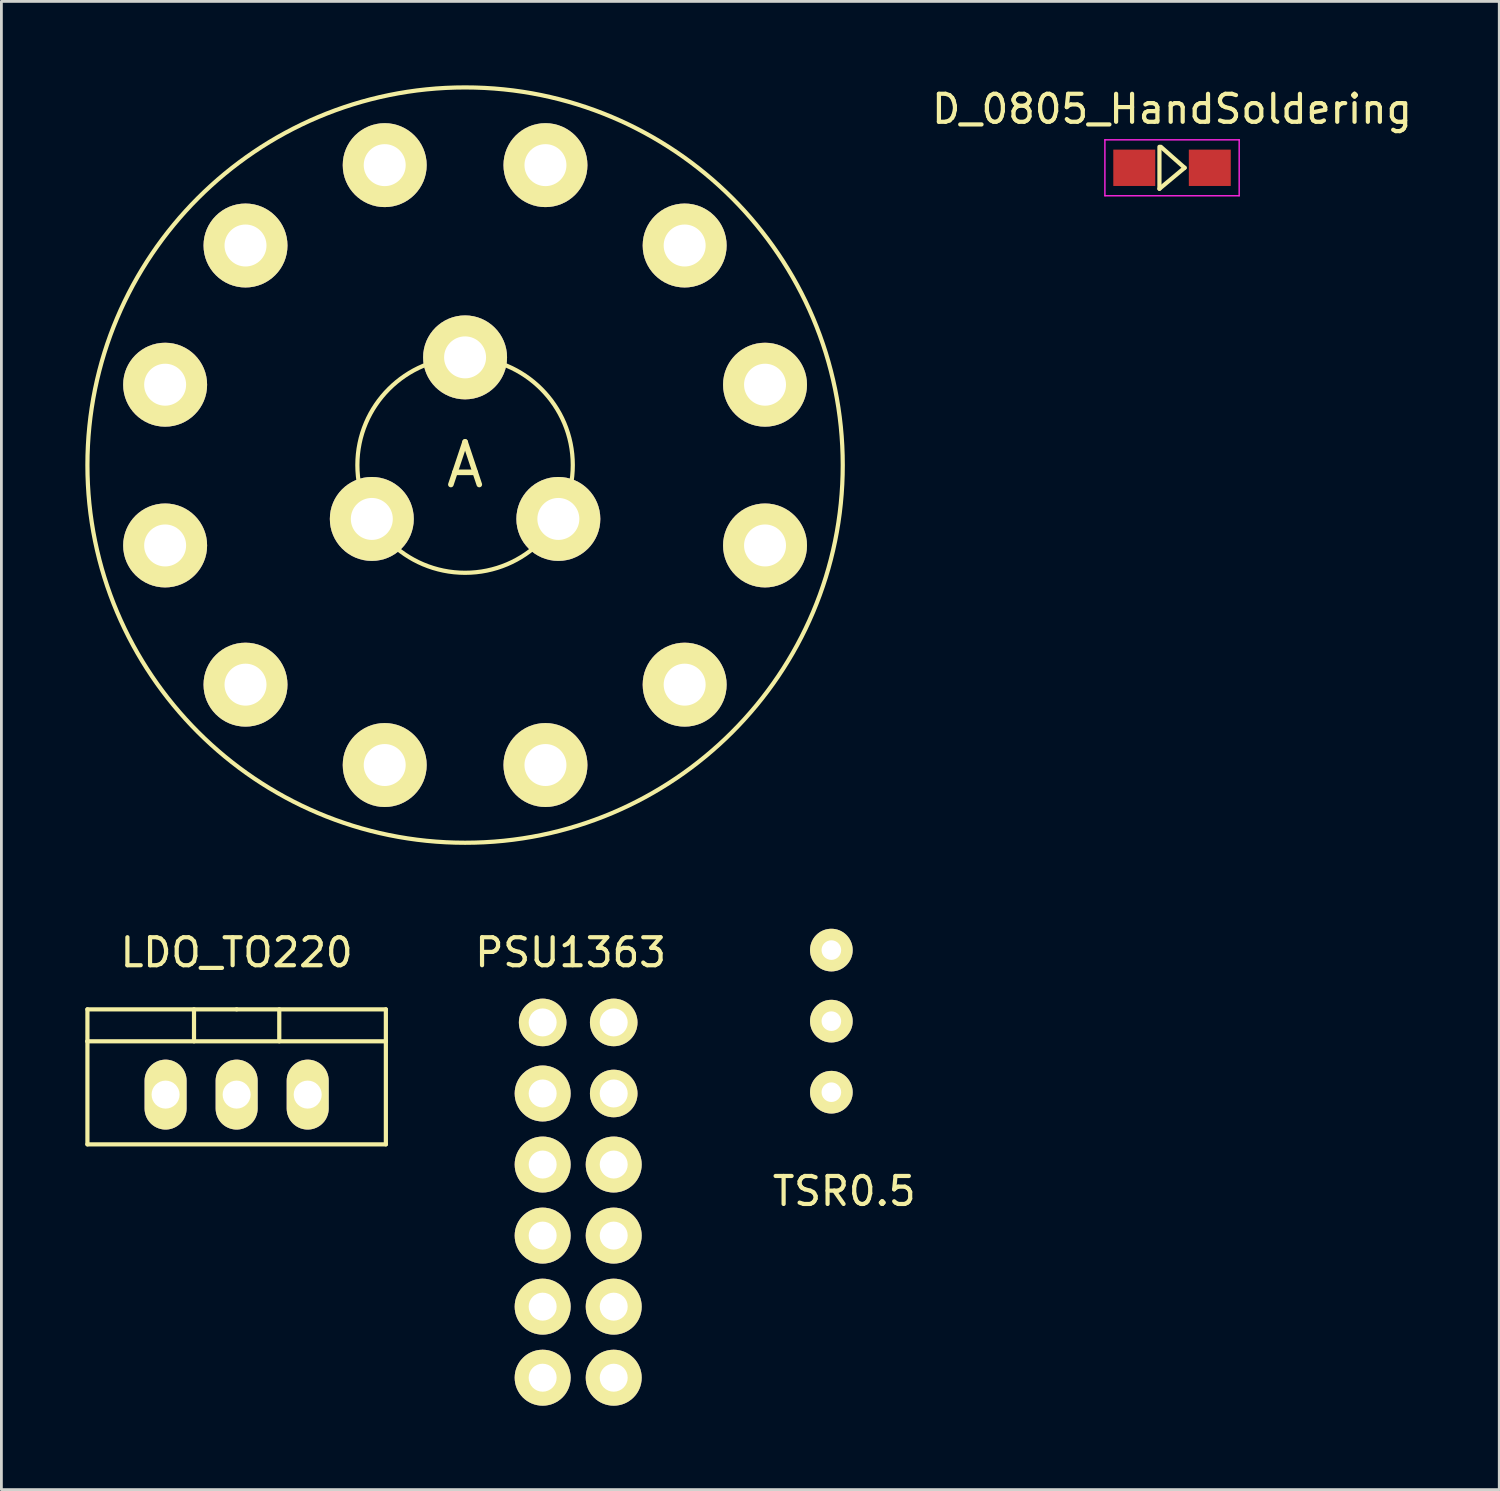
<source format=kicad_pcb>
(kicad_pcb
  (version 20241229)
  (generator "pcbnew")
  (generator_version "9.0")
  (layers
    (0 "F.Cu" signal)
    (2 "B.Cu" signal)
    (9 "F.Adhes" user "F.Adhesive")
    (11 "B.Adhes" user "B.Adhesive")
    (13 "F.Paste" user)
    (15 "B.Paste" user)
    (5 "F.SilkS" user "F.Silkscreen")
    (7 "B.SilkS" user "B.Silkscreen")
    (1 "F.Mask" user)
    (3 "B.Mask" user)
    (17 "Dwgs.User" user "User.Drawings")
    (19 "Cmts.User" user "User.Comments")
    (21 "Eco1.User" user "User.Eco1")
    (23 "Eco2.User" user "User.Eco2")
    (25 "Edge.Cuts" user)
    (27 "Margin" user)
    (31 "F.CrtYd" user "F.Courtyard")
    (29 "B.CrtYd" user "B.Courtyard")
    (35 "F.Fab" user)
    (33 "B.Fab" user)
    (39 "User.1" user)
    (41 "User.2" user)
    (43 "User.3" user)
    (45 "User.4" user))
  (footprint "LDO_TO220"
    (layer "F.Cu")
    (at 5.409 36.078)
    (property "Reference" "LDO_TO220" (at 0 -5.08 0) (layer "F.SilkS") (effects (font (size 1 1) (thickness 0.15))))
    (attr through_hole)
    (fp_line (start -5.334 -1.905) (end -5.334 -3.048) (stroke (width 0.15) (type solid)) (layer "F.SilkS"))
    (fp_line (start -5.334 1.778) (end -5.334 -1.905) (stroke (width 0.15) (type solid)) (layer "F.SilkS"))
    (fp_line (start -1.524 -3.048) (end -1.524 -1.905) (stroke (width 0.15) (type solid)) (layer "F.SilkS"))
    (fp_line (start 0 -3.048) (end -5.334 -3.048) (stroke (width 0.15) (type solid)) (layer "F.SilkS"))
    (fp_line (start 0 -3.048) (end 5.334 -3.048) (stroke (width 0.15) (type solid)) (layer "F.SilkS"))
    (fp_line (start 1.524 -3.048) (end 1.524 -1.905) (stroke (width 0.15) (type solid)) (layer "F.SilkS"))
    (fp_line (start 5.334 -3.048) (end 5.334 -1.905) (stroke (width 0.15) (type solid)) (layer "F.SilkS"))
    (fp_line (start 5.334 -1.905) (end -5.334 -1.905) (stroke (width 0.15) (type solid)) (layer "F.SilkS"))
    (fp_line (start 5.334 -1.905) (end 5.334 1.778) (stroke (width 0.15) (type solid)) (layer "F.SilkS"))
    (fp_line (start 5.334 1.778) (end -5.334 1.778) (stroke (width 0.15) (type solid)) (layer "F.SilkS"))
    (pad "GND" thru_hole oval (at 0 0 90) (size 2.499 1.501) (drill 1.001) (layers "*.Cu" "*.Mask" "F.SilkS"))
    (pad "VI" thru_hole oval (at -2.54 0 90) (size 2.499 1.501) (drill 1.001) (layers "*.Cu" "*.Mask" "F.SilkS"))
    (pad "VO" thru_hole oval (at 2.54 0 90) (size 2.499 1.501) (drill 1.001) (layers "*.Cu" "*.Mask" "F.SilkS")))
  (footprint "A"
    (layer "F.Cu")
    (at 13.575 13.575)
    (property "Reference" "A" (at 0 0 0) (layer "F.SilkS") (effects (font (size 1.524 1.524) (thickness 0.2))))
    (attr through_hole)
    (fp_circle (center 0 0) (end 3.85 0) (stroke (width 0.15) (type solid)) (fill no) (layer "F.SilkS"))
    (fp_circle (center 0 0) (end 13.5 0) (stroke (width 0.15) (type solid)) (fill no) (layer "F.SilkS"))
    (pad "1" thru_hole oval (at -2.873 10.722) (size 3 3) (drill 1.5) (layers "*.Cu" "*.Mask" "F.SilkS"))
    (pad "2" thru_hole oval (at -7.849 7.849) (size 3 3) (drill 1.5) (layers "*.Cu" "*.Mask" "F.SilkS"))
    (pad "3" thru_hole oval (at -10.722 2.873) (size 3 3) (drill 1.5) (layers "*.Cu" "*.Mask" "F.SilkS"))
    (pad "4" thru_hole oval (at -10.722 -2.873) (size 3 3) (drill 1.5) (layers "*.Cu" "*.Mask" "F.SilkS"))
    (pad "5" thru_hole oval (at -7.849 -7.849) (size 3 3) (drill 1.5) (layers "*.Cu" "*.Mask" "F.SilkS"))
    (pad "6" thru_hole oval (at -2.873 -10.722) (size 3 3) (drill 1.5) (layers "*.Cu" "*.Mask" "F.SilkS"))
    (pad "7" thru_hole oval (at 2.873 -10.722) (size 3 3) (drill 1.5) (layers "*.Cu" "*.Mask" "F.SilkS"))
    (pad "8" thru_hole oval (at 7.849 -7.849) (size 3 3) (drill 1.5) (layers "*.Cu" "*.Mask" "F.SilkS"))
    (pad "9" thru_hole oval (at 10.722 -2.873) (size 3 3) (drill 1.5) (layers "*.Cu" "*.Mask" "F.SilkS"))
    (pad "10" thru_hole oval (at 10.722 2.873) (size 3 3) (drill 1.5) (layers "*.Cu" "*.Mask" "F.SilkS"))
    (pad "11" thru_hole oval (at 7.849 7.849) (size 3 3) (drill 1.5) (layers "*.Cu" "*.Mask" "F.SilkS"))
    (pad "12" thru_hole oval (at 2.873 10.722) (size 3 3) (drill 1.5) (layers "*.Cu" "*.Mask" "F.SilkS"))
    (pad "A" thru_hole circle (at -3.334 1.925 120) (size 3 3) (drill 1.5) (layers "*.Cu" "*.Mask" "F.SilkS"))
    (pad "B" thru_hole circle (at 0 -3.85) (size 3 3) (drill 1.5) (layers "*.Cu" "*.Mask" "F.SilkS"))
    (pad "C" thru_hole circle (at 3.334 1.925 240) (size 3 3) (drill 1.5) (layers "*.Cu" "*.Mask" "F.SilkS")))
  (footprint "TSR0.5"
    (layer "F.Cu")
    (at 24.128 38.532)
    (property "Reference" "TSR0.5" (at 3 1 0) (layer "F.SilkS") (effects (font (size 1 1) (thickness 0.15))))
    (attr through_hole)
    (pad "1" thru_hole circle (at 2.54 -2.54) (size 1.524 1.524) (drill 0.7) (layers "*.Cu" "*.Mask" "F.SilkS"))
    (pad "2" thru_hole circle (at 2.54 -5.08) (size 1.524 1.524) (drill 0.7) (layers "*.Cu" "*.Mask" "F.SilkS"))
    (pad "3" thru_hole circle (at 2.54 -7.62) (size 1.524 1.524) (drill 0.7) (layers "*.Cu" "*.Mask" "F.SilkS")))
  (footprint "PSU1363"
    (layer "F.Cu")
    (at 16.348 45.998)
    (property "Reference" "PSU1363" (at 1 -15 0) (layer "F.SilkS") (effects (font (size 1 1) (thickness 0.15))))
    (attr through_hole)
    (pad "1" thru_hole circle (at 0 -12.5) (size 1.7 1.7) (drill 1) (layers "*.Cu" "*.Mask" "F.SilkS"))
    (pad "2" thru_hole circle (at 0 -9.96) (size 2 2) (drill 1) (layers "*.Cu" "*.Mask" "F.SilkS"))
    (pad "3" thru_hole circle (at 0 -7.42) (size 2 2) (drill 1) (layers "*.Cu" "*.Mask" "F.SilkS"))
    (pad "4" thru_hole circle (at 0 -4.88) (size 2 2) (drill 1) (layers "*.Cu" "*.Mask" "F.SilkS"))
    (pad "5" thru_hole circle (at 0 -2.34) (size 2 2) (drill 1) (layers "*.Cu" "*.Mask" "F.SilkS"))
    (pad "6" thru_hole circle (at 0 0.2) (size 2 2) (drill 1) (layers "*.Cu" "*.Mask" "F.SilkS"))
    (pad "7" thru_hole circle (at 2.54 -12.5) (size 1.7 1.7) (drill 1) (layers "*.Cu" "*.Mask" "F.SilkS"))
    (pad "8" thru_hole circle (at 2.54 -9.96) (size 1.7 1.7) (drill 1) (layers "*.Cu" "*.Mask" "F.SilkS"))
    (pad "9" thru_hole circle (at 2.54 -7.42) (size 2 2) (drill 1) (layers "*.Cu" "*.Mask" "F.SilkS"))
    (pad "10" thru_hole circle (at 2.54 -4.88) (size 2 2) (drill 1) (layers "*.Cu" "*.Mask" "F.SilkS"))
    (pad "11" thru_hole circle (at 2.54 -2.34) (size 2 2) (drill 1) (layers "*.Cu" "*.Mask" "F.SilkS"))
    (pad "12" thru_hole circle (at 2.54 0.2) (size 2 2) (drill 1) (layers "*.Cu" "*.Mask" "F.SilkS")))
  (footprint "D_0805_HandSoldering"
    (layer "F.Cu")
    (at 38.846 2.948)
    (property "Reference" "D_0805_HandSoldering" (at 0 -2.1 0) (layer "F.SilkS") (effects (font (size 1 1) (thickness 0.15))))
    (attr smd)
    (fp_line (start -0.45 -0.75) (end -0.45 0.75) (stroke (width 0.15) (type solid)) (layer "F.SilkS"))
    (fp_line (start -0.45 0.75) (end 0.45 0) (stroke (width 0.15) (type solid)) (layer "F.SilkS"))
    (fp_line (start 0.45 0) (end -0.4 -0.75) (stroke (width 0.15) (type solid)) (layer "F.SilkS"))
    (fp_line (start -2.4 -1) (end -2.4 1) (stroke (width 0.05) (type solid)) (layer "F.CrtYd"))
    (fp_line (start -2.4 -1) (end 2.4 -1) (stroke (width 0.05) (type solid)) (layer "F.CrtYd"))
    (fp_line (start -2.4 1) (end 2.4 1) (stroke (width 0.05) (type solid)) (layer "F.CrtYd"))
    (fp_line (start 2.4 -1) (end 2.4 1) (stroke (width 0.05) (type solid)) (layer "F.CrtYd"))
    (pad "1" smd rect (at -1.35 0) (size 1.5 1.3) (layers "F.Cu" "F.Mask" "F.Paste"))
    (pad "2" smd rect (at 1.35 0) (size 1.5 1.3) (layers "F.Cu" "F.Mask" "F.Paste")))
  (gr_rect
    (start -3 -3)
    (end 50.543 50.198)
    (stroke (width 0.1) (type default))
    (fill no)
    (layer "Edge.Cuts")))
</source>
